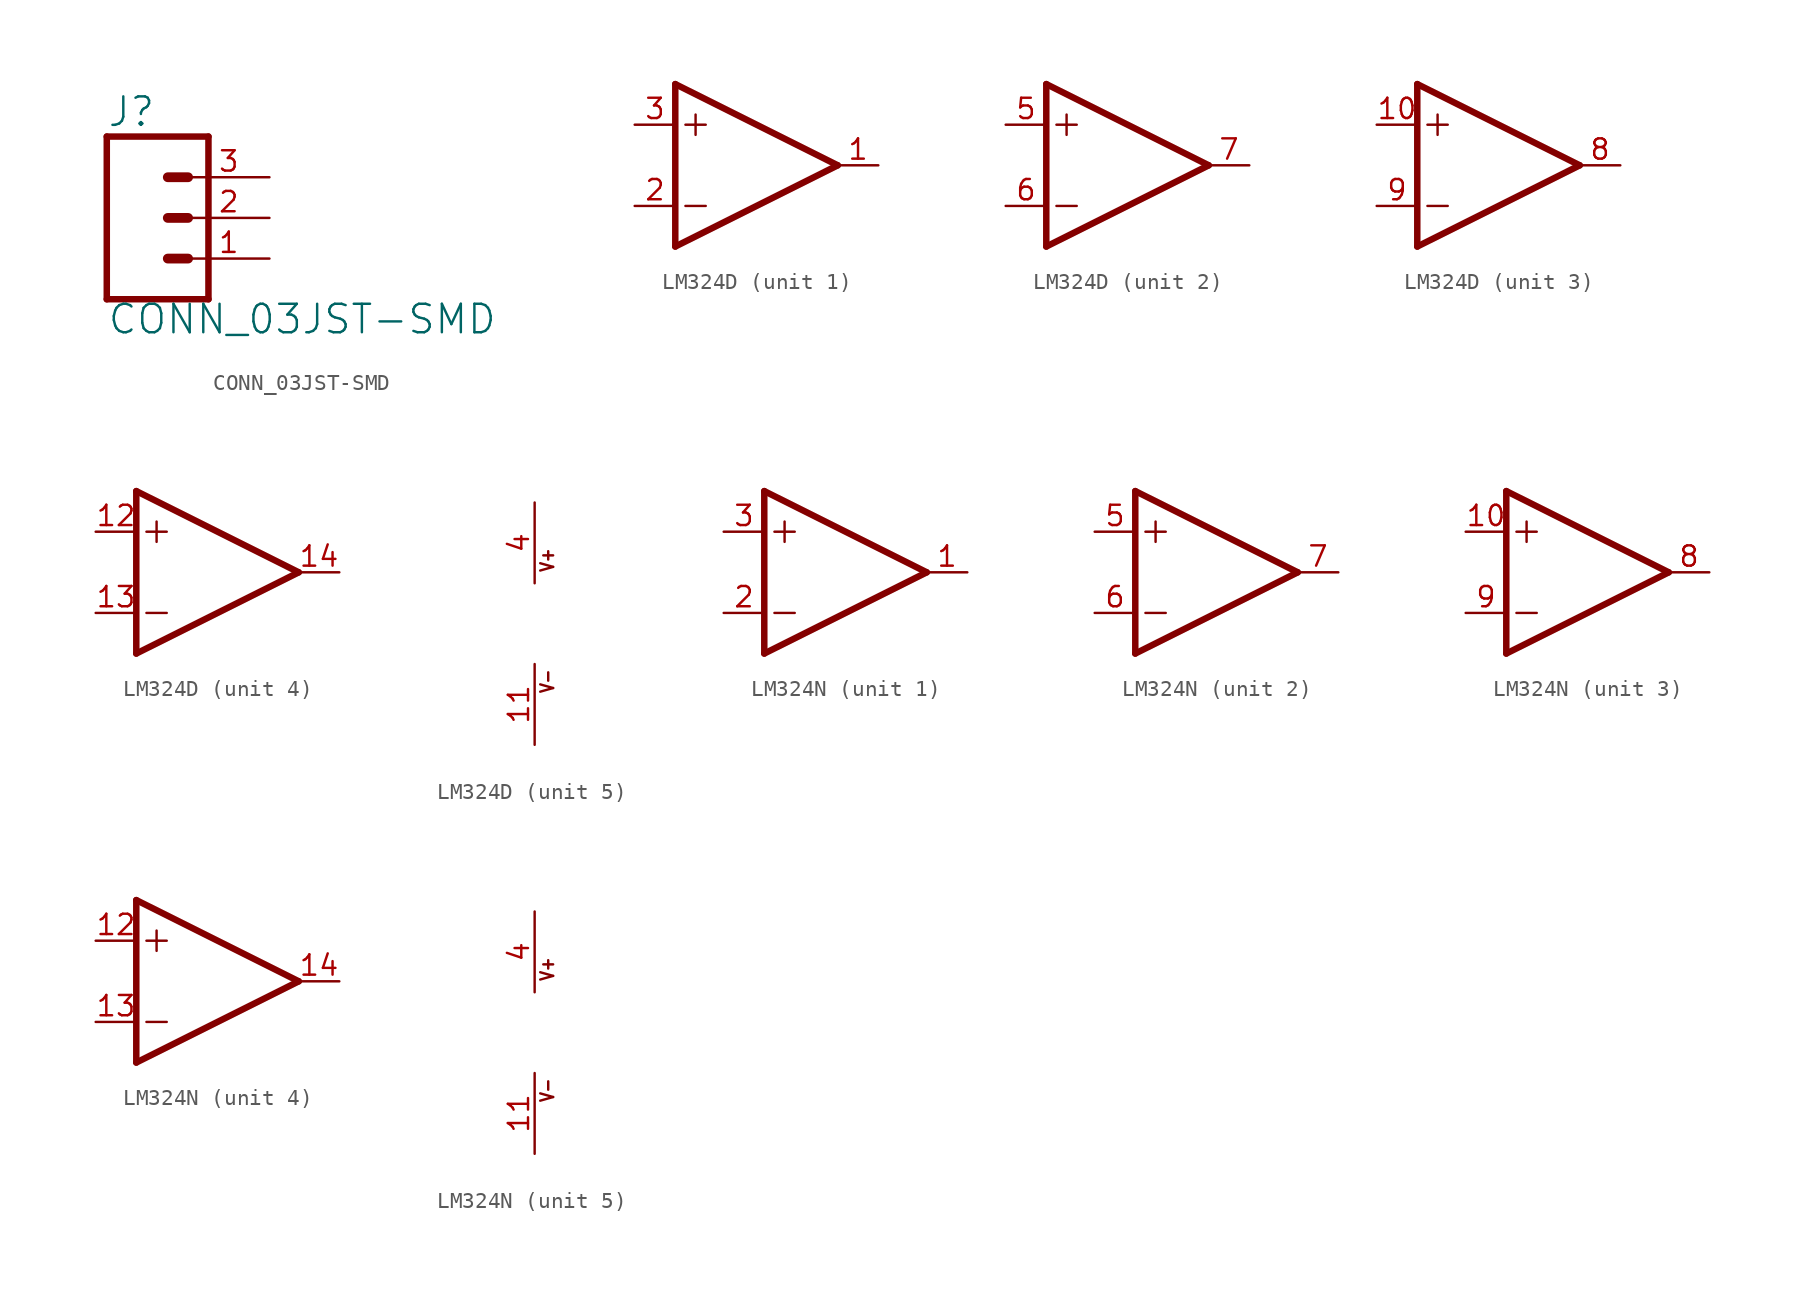
<source format=kicad_sym>
(kicad_symbol_lib
  (version 20211014)
  (generator kicad_symbol_editor)
  (symbol "CONN_03JST-SMD"
    (property "Reference" "J"
      (at -2.54 5.588 0)
      (effects (font (size 1.778 1.778)) (justify left bottom)))
    (property "Value" "CONN_03JST-SMD"
      (at -2.54 -7.366 0)
      (effects (font (size 1.778 1.778)) (justify left bottom)))
    (property "ki_locked" ""
      (at 0 0 0)
      (effects (font (size 1.27 1.27))))
    (symbol "CONN_03JST-SMD_1_0"
      (polyline (pts (xy -2.54 5.08) (xy -2.54 -5.08)) (stroke (width 0.406) (type default) (color 0 0 0 0)) (fill (type none)))
      (polyline (pts (xy -2.54 5.08) (xy 3.81 5.08)) (stroke (width 0.406) (type default) (color 0 0 0 0)) (fill (type none)))
      (polyline (pts (xy 1.27 -2.54) (xy 2.54 -2.54)) (stroke (width 0.61) (type default) (color 0 0 0 0)) (fill (type none)))
      (polyline (pts (xy 1.27 0) (xy 2.54 0)) (stroke (width 0.61) (type default) (color 0 0 0 0)) (fill (type none)))
      (polyline (pts (xy 1.27 2.54) (xy 2.54 2.54)) (stroke (width 0.61) (type default) (color 0 0 0 0)) (fill (type none)))
      (polyline (pts (xy 3.81 -5.08) (xy -2.54 -5.08)) (stroke (width 0.406) (type default) (color 0 0 0 0)) (fill (type none)))
      (polyline (pts (xy 3.81 -5.08) (xy 3.81 5.08)) (stroke (width 0.406) (type default) (color 0 0 0 0)) (fill (type none)))
      (pin passive line (at 7.62 -2.54 180) (length 5.08) (name "1" (effects (font (size 0 0)))) (number "1" (effects (font (size 1.27 1.27)))))
      (pin passive line (at 7.62 0 180) (length 5.08) (name "2" (effects (font (size 0 0)))) (number "2" (effects (font (size 1.27 1.27)))))
      (pin passive line (at 7.62 2.54 180) (length 5.08) (name "3" (effects (font (size 0 0)))) (number "3" (effects (font (size 1.27 1.27)))))))
  (symbol "LM324D"
    (property "Reference" "IC"
      (at 2.54 3.175 0)
      (effects (font (size 1.778 1.511)) (justify left bottom) hide))
    (property "ki_locked" ""
      (at 0 0 0)
      (effects (font (size 1.27 1.27))))
    (symbol "LM324D_1_0"
      (polyline (pts (xy -5.08 -5.08) (xy 5.08 0)) (stroke (width 0.406) (type default) (color 0 0 0 0)) (fill (type none)))
      (polyline (pts (xy -5.08 5.08) (xy -5.08 -5.08)) (stroke (width 0.406) (type default) (color 0 0 0 0)) (fill (type none)))
      (polyline (pts (xy -4.445 -2.54) (xy -3.175 -2.54)) (stroke (width 0.152) (type default) (color 0 0 0 0)) (fill (type none)))
      (polyline (pts (xy -4.445 2.54) (xy -3.175 2.54)) (stroke (width 0.152) (type default) (color 0 0 0 0)) (fill (type none)))
      (polyline (pts (xy -3.81 3.175) (xy -3.81 1.905)) (stroke (width 0.152) (type default) (color 0 0 0 0)) (fill (type none)))
      (polyline (pts (xy 5.08 0) (xy -5.08 5.08)) (stroke (width 0.406) (type default) (color 0 0 0 0)) (fill (type none)))
      (pin output line (at 7.62 0 180) (length 2.54) (name "OUT" (effects (font (size 0 0)))) (number "1" (effects (font (size 1.27 1.27)))))
      (pin input line (at -7.62 -2.54 0) (length 2.54) (name "-IN" (effects (font (size 0 0)))) (number "2" (effects (font (size 1.27 1.27)))))
      (pin input line (at -7.62 2.54 0) (length 2.54) (name "+IN" (effects (font (size 0 0)))) (number "3" (effects (font (size 1.27 1.27))))))
    (symbol "LM324D_2_0"
      (polyline (pts (xy -5.08 -5.08) (xy 5.08 0)) (stroke (width 0.406) (type default) (color 0 0 0 0)) (fill (type none)))
      (polyline (pts (xy -5.08 5.08) (xy -5.08 -5.08)) (stroke (width 0.406) (type default) (color 0 0 0 0)) (fill (type none)))
      (polyline (pts (xy -4.445 -2.54) (xy -3.175 -2.54)) (stroke (width 0.152) (type default) (color 0 0 0 0)) (fill (type none)))
      (polyline (pts (xy -4.445 2.54) (xy -3.175 2.54)) (stroke (width 0.152) (type default) (color 0 0 0 0)) (fill (type none)))
      (polyline (pts (xy -3.81 3.175) (xy -3.81 1.905)) (stroke (width 0.152) (type default) (color 0 0 0 0)) (fill (type none)))
      (polyline (pts (xy 5.08 0) (xy -5.08 5.08)) (stroke (width 0.406) (type default) (color 0 0 0 0)) (fill (type none)))
      (pin input line (at -7.62 2.54 0) (length 2.54) (name "+IN" (effects (font (size 0 0)))) (number "5" (effects (font (size 1.27 1.27)))))
      (pin input line (at -7.62 -2.54 0) (length 2.54) (name "-IN" (effects (font (size 0 0)))) (number "6" (effects (font (size 1.27 1.27)))))
      (pin output line (at 7.62 0 180) (length 2.54) (name "OUT" (effects (font (size 0 0)))) (number "7" (effects (font (size 1.27 1.27))))))
    (symbol "LM324D_3_0"
      (polyline (pts (xy -5.08 -5.08) (xy 5.08 0)) (stroke (width 0.406) (type default) (color 0 0 0 0)) (fill (type none)))
      (polyline (pts (xy -5.08 5.08) (xy -5.08 -5.08)) (stroke (width 0.406) (type default) (color 0 0 0 0)) (fill (type none)))
      (polyline (pts (xy -4.445 -2.54) (xy -3.175 -2.54)) (stroke (width 0.152) (type default) (color 0 0 0 0)) (fill (type none)))
      (polyline (pts (xy -4.445 2.54) (xy -3.175 2.54)) (stroke (width 0.152) (type default) (color 0 0 0 0)) (fill (type none)))
      (polyline (pts (xy -3.81 3.175) (xy -3.81 1.905)) (stroke (width 0.152) (type default) (color 0 0 0 0)) (fill (type none)))
      (polyline (pts (xy 5.08 0) (xy -5.08 5.08)) (stroke (width 0.406) (type default) (color 0 0 0 0)) (fill (type none)))
      (pin input line (at -7.62 2.54 0) (length 2.54) (name "+IN" (effects (font (size 0 0)))) (number "10" (effects (font (size 1.27 1.27)))))
      (pin output line (at 7.62 0 180) (length 2.54) (name "OUT" (effects (font (size 0 0)))) (number "8" (effects (font (size 1.27 1.27)))))
      (pin input line (at -7.62 -2.54 0) (length 2.54) (name "-IN" (effects (font (size 0 0)))) (number "9" (effects (font (size 1.27 1.27))))))
    (symbol "LM324D_4_0"
      (polyline (pts (xy -5.08 -5.08) (xy 5.08 0)) (stroke (width 0.406) (type default) (color 0 0 0 0)) (fill (type none)))
      (polyline (pts (xy -5.08 5.08) (xy -5.08 -5.08)) (stroke (width 0.406) (type default) (color 0 0 0 0)) (fill (type none)))
      (polyline (pts (xy -4.445 -2.54) (xy -3.175 -2.54)) (stroke (width 0.152) (type default) (color 0 0 0 0)) (fill (type none)))
      (polyline (pts (xy -4.445 2.54) (xy -3.175 2.54)) (stroke (width 0.152) (type default) (color 0 0 0 0)) (fill (type none)))
      (polyline (pts (xy -3.81 3.175) (xy -3.81 1.905)) (stroke (width 0.152) (type default) (color 0 0 0 0)) (fill (type none)))
      (polyline (pts (xy 5.08 0) (xy -5.08 5.08)) (stroke (width 0.406) (type default) (color 0 0 0 0)) (fill (type none)))
      (pin input line (at -7.62 2.54 0) (length 2.54) (name "+IN" (effects (font (size 0 0)))) (number "12" (effects (font (size 1.27 1.27)))))
      (pin input line (at -7.62 -2.54 0) (length 2.54) (name "-IN" (effects (font (size 0 0)))) (number "13" (effects (font (size 1.27 1.27)))))
      (pin output line (at 7.62 0 180) (length 2.54) (name "OUT" (effects (font (size 0 0)))) (number "14" (effects (font (size 1.27 1.27))))))
    (symbol "LM324D_5_0"
      (text "V+" (at 1.27 3.175 900) (effects (font (size 0.813 0.691)) (justify left bottom)))
      (text "V-" (at 1.27 -4.445 900) (effects (font (size 0.813 0.691)) (justify left bottom)))
      (pin power_in line (at 0 -7.62 90) (length 5.08) (name "V-" (effects (font (size 0 0)))) (number "11" (effects (font (size 1.27 1.27)))))
      (pin power_in line (at 0 7.62 270) (length 5.08) (name "V+" (effects (font (size 0 0)))) (number "4" (effects (font (size 1.27 1.27)))))))
  (symbol "LM324N"
    (property "Reference" "IC"
      (at 2.54 3.175 0)
      (effects (font (size 1.778 1.511)) (justify left bottom) hide))
    (property "ki_locked" ""
      (at 0 0 0)
      (effects (font (size 1.27 1.27))))
    (symbol "LM324N_1_0"
      (polyline (pts (xy -5.08 -5.08) (xy 5.08 0)) (stroke (width 0.406) (type default) (color 0 0 0 0)) (fill (type none)))
      (polyline (pts (xy -5.08 5.08) (xy -5.08 -5.08)) (stroke (width 0.406) (type default) (color 0 0 0 0)) (fill (type none)))
      (polyline (pts (xy -4.445 -2.54) (xy -3.175 -2.54)) (stroke (width 0.152) (type default) (color 0 0 0 0)) (fill (type none)))
      (polyline (pts (xy -4.445 2.54) (xy -3.175 2.54)) (stroke (width 0.152) (type default) (color 0 0 0 0)) (fill (type none)))
      (polyline (pts (xy -3.81 3.175) (xy -3.81 1.905)) (stroke (width 0.152) (type default) (color 0 0 0 0)) (fill (type none)))
      (polyline (pts (xy 5.08 0) (xy -5.08 5.08)) (stroke (width 0.406) (type default) (color 0 0 0 0)) (fill (type none)))
      (pin output line (at 7.62 0 180) (length 2.54) (name "OUT" (effects (font (size 0 0)))) (number "1" (effects (font (size 1.27 1.27)))))
      (pin input line (at -7.62 -2.54 0) (length 2.54) (name "-IN" (effects (font (size 0 0)))) (number "2" (effects (font (size 1.27 1.27)))))
      (pin input line (at -7.62 2.54 0) (length 2.54) (name "+IN" (effects (font (size 0 0)))) (number "3" (effects (font (size 1.27 1.27))))))
    (symbol "LM324N_2_0"
      (polyline (pts (xy -5.08 -5.08) (xy 5.08 0)) (stroke (width 0.406) (type default) (color 0 0 0 0)) (fill (type none)))
      (polyline (pts (xy -5.08 5.08) (xy -5.08 -5.08)) (stroke (width 0.406) (type default) (color 0 0 0 0)) (fill (type none)))
      (polyline (pts (xy -4.445 -2.54) (xy -3.175 -2.54)) (stroke (width 0.152) (type default) (color 0 0 0 0)) (fill (type none)))
      (polyline (pts (xy -4.445 2.54) (xy -3.175 2.54)) (stroke (width 0.152) (type default) (color 0 0 0 0)) (fill (type none)))
      (polyline (pts (xy -3.81 3.175) (xy -3.81 1.905)) (stroke (width 0.152) (type default) (color 0 0 0 0)) (fill (type none)))
      (polyline (pts (xy 5.08 0) (xy -5.08 5.08)) (stroke (width 0.406) (type default) (color 0 0 0 0)) (fill (type none)))
      (pin input line (at -7.62 2.54 0) (length 2.54) (name "+IN" (effects (font (size 0 0)))) (number "5" (effects (font (size 1.27 1.27)))))
      (pin input line (at -7.62 -2.54 0) (length 2.54) (name "-IN" (effects (font (size 0 0)))) (number "6" (effects (font (size 1.27 1.27)))))
      (pin output line (at 7.62 0 180) (length 2.54) (name "OUT" (effects (font (size 0 0)))) (number "7" (effects (font (size 1.27 1.27))))))
    (symbol "LM324N_3_0"
      (polyline (pts (xy -5.08 -5.08) (xy 5.08 0)) (stroke (width 0.406) (type default) (color 0 0 0 0)) (fill (type none)))
      (polyline (pts (xy -5.08 5.08) (xy -5.08 -5.08)) (stroke (width 0.406) (type default) (color 0 0 0 0)) (fill (type none)))
      (polyline (pts (xy -4.445 -2.54) (xy -3.175 -2.54)) (stroke (width 0.152) (type default) (color 0 0 0 0)) (fill (type none)))
      (polyline (pts (xy -4.445 2.54) (xy -3.175 2.54)) (stroke (width 0.152) (type default) (color 0 0 0 0)) (fill (type none)))
      (polyline (pts (xy -3.81 3.175) (xy -3.81 1.905)) (stroke (width 0.152) (type default) (color 0 0 0 0)) (fill (type none)))
      (polyline (pts (xy 5.08 0) (xy -5.08 5.08)) (stroke (width 0.406) (type default) (color 0 0 0 0)) (fill (type none)))
      (pin input line (at -7.62 2.54 0) (length 2.54) (name "+IN" (effects (font (size 0 0)))) (number "10" (effects (font (size 1.27 1.27)))))
      (pin output line (at 7.62 0 180) (length 2.54) (name "OUT" (effects (font (size 0 0)))) (number "8" (effects (font (size 1.27 1.27)))))
      (pin input line (at -7.62 -2.54 0) (length 2.54) (name "-IN" (effects (font (size 0 0)))) (number "9" (effects (font (size 1.27 1.27))))))
    (symbol "LM324N_4_0"
      (polyline (pts (xy -5.08 -5.08) (xy 5.08 0)) (stroke (width 0.406) (type default) (color 0 0 0 0)) (fill (type none)))
      (polyline (pts (xy -5.08 5.08) (xy -5.08 -5.08)) (stroke (width 0.406) (type default) (color 0 0 0 0)) (fill (type none)))
      (polyline (pts (xy -4.445 -2.54) (xy -3.175 -2.54)) (stroke (width 0.152) (type default) (color 0 0 0 0)) (fill (type none)))
      (polyline (pts (xy -4.445 2.54) (xy -3.175 2.54)) (stroke (width 0.152) (type default) (color 0 0 0 0)) (fill (type none)))
      (polyline (pts (xy -3.81 3.175) (xy -3.81 1.905)) (stroke (width 0.152) (type default) (color 0 0 0 0)) (fill (type none)))
      (polyline (pts (xy 5.08 0) (xy -5.08 5.08)) (stroke (width 0.406) (type default) (color 0 0 0 0)) (fill (type none)))
      (pin input line (at -7.62 2.54 0) (length 2.54) (name "+IN" (effects (font (size 0 0)))) (number "12" (effects (font (size 1.27 1.27)))))
      (pin input line (at -7.62 -2.54 0) (length 2.54) (name "-IN" (effects (font (size 0 0)))) (number "13" (effects (font (size 1.27 1.27)))))
      (pin output line (at 7.62 0 180) (length 2.54) (name "OUT" (effects (font (size 0 0)))) (number "14" (effects (font (size 1.27 1.27))))))
    (symbol "LM324N_5_0"
      (text "V+" (at 1.27 3.175 900) (effects (font (size 0.813 0.691)) (justify left bottom)))
      (text "V-" (at 1.27 -4.445 900) (effects (font (size 0.813 0.691)) (justify left bottom)))
      (pin power_in line (at 0 -7.62 90) (length 5.08) (name "V-" (effects (font (size 0 0)))) (number "11" (effects (font (size 1.27 1.27)))))
      (pin power_in line (at 0 7.62 270) (length 5.08) (name "V+" (effects (font (size 0 0)))) (number "4" (effects (font (size 1.27 1.27))))))))
</source>
